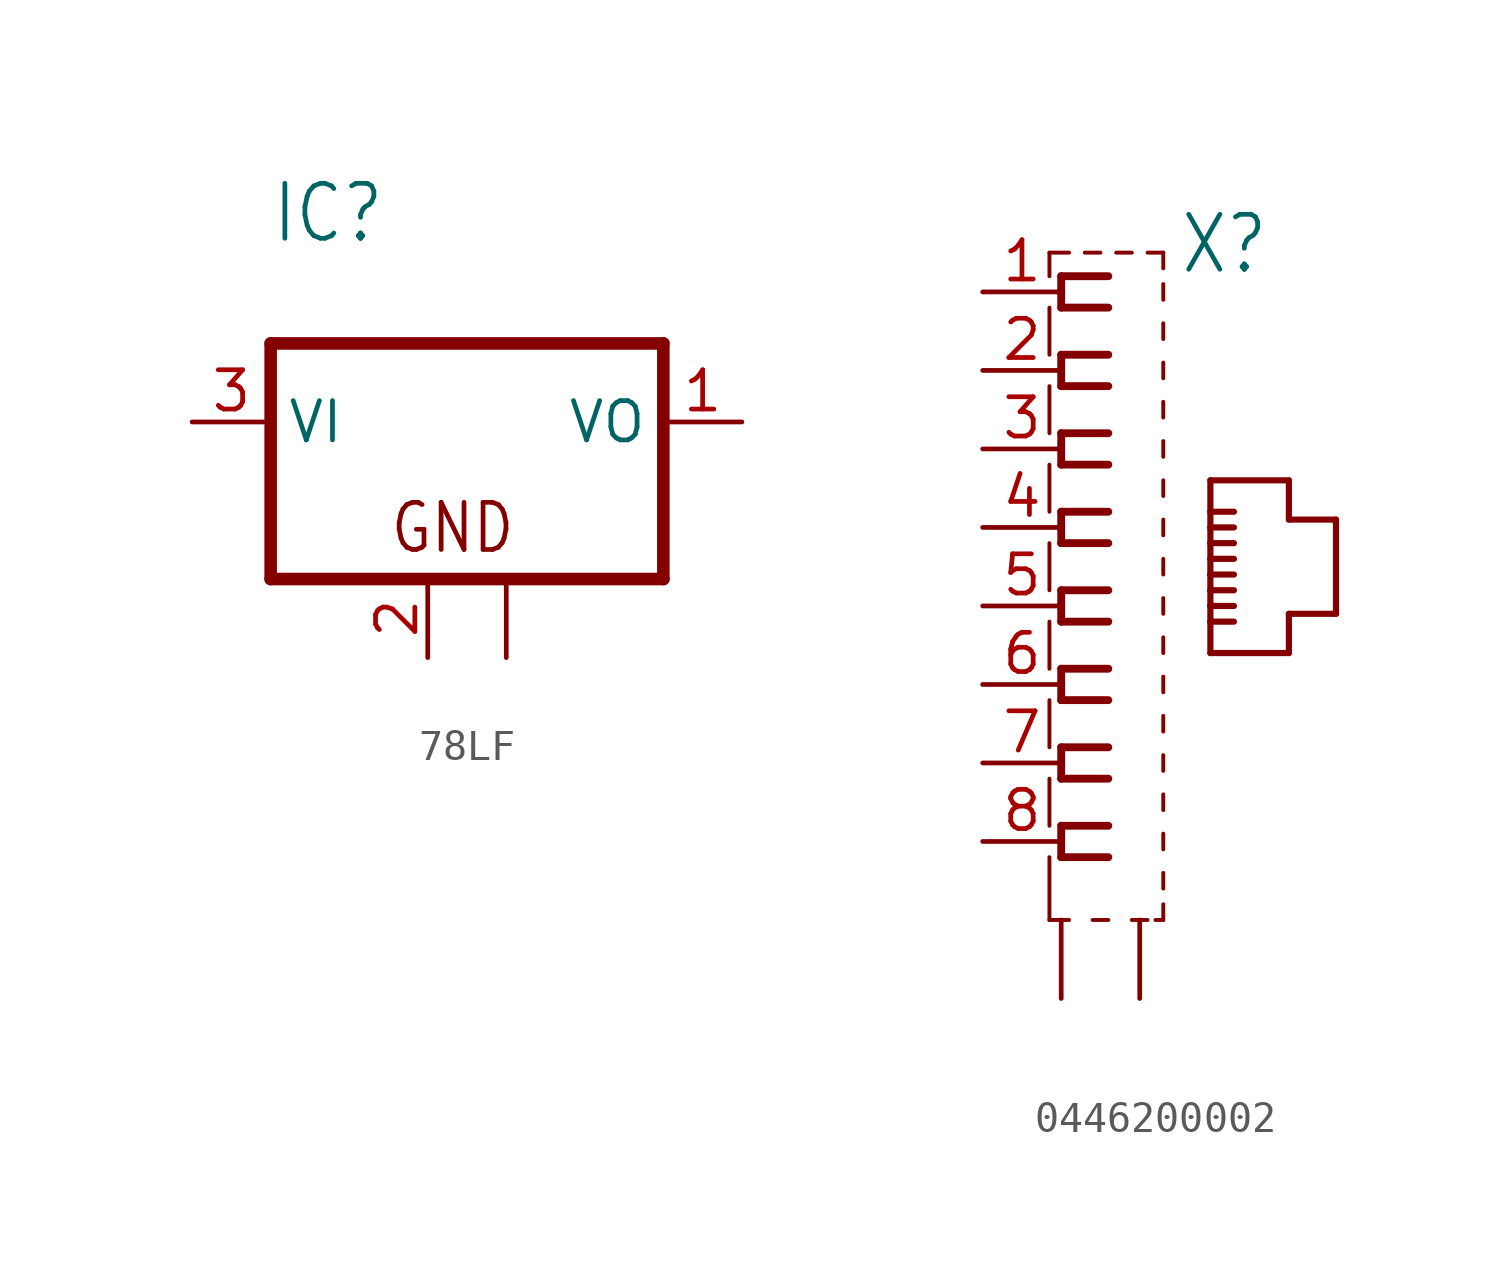
<source format=kicad_sym>
(kicad_symbol_lib
  (version 20220914)
  (generator kicad_symbol_editor)
  (symbol "78LF"
    (property "Reference" "IC"
      (at -5.08 5.715 0)
      (effects (font (size 1.778 1.511)) (justify left bottom)))
    (property "Value" ""
      (at -5.08 3.175 0)
      (effects (font (size 1.778 1.511)) (justify left bottom)))
    (property "ki_locked" ""
      (at 0 0 0)
      (effects (font (size 1.27 1.27))))
    (symbol "78LF_1_0"
      (polyline (pts (xy -5.08 -5.08) (xy 7.62 -5.08)) (stroke (width 0.406) (type solid)) (fill (type none)))
      (polyline (pts (xy -5.08 2.54) (xy -5.08 -5.08)) (stroke (width 0.406) (type solid)) (fill (type none)))
      (polyline (pts (xy 7.62 -5.08) (xy 7.62 2.54)) (stroke (width 0.406) (type solid)) (fill (type none)))
      (polyline (pts (xy 7.62 2.54) (xy -5.08 2.54)) (stroke (width 0.406) (type solid)) (fill (type none)))
      (text "GND" (at -1.27 -4.318 0) (effects (font (size 1.524 1.295)) (justify left bottom)))
      (pin passive line (at 10.16 0 180) (length 2.54) (name "VO" (effects (font (size 1.27 1.27)))) (number "1" (effects (font (size 1.27 1.27)))))
      (pin passive line (at 0 -7.62 90) (length 2.54) (name "GND" (effects (font (size 0 0)))) (number "2" (effects (font (size 1.27 1.27)))))
      (pin passive line (at 2.54 -7.62 90) (length 2.54) (name "GND@1" (effects (font (size 0 0)))) (number "2@1" (effects (font (size 0 0)))))
      (pin input line (at -7.62 0 0) (length 2.54) (name "VI" (effects (font (size 1.27 1.27)))) (number "3" (effects (font (size 1.27 1.27)))))))
  (symbol "0446200002"
    (property "Reference" "X"
      (at 3.81 10.668 0)
      (effects (font (size 1.778 1.511)) (justify left bottom)))
    (property "Value" ""
      (at 3.81 -10.922 0)
      (effects (font (size 1.778 1.511)) (justify left bottom)))
    (property "ki_locked" ""
      (at 0 0 0)
      (effects (font (size 1.27 1.27))))
    (symbol "0446200002_1_0"
      (polyline (pts (xy -0.381 -10.16) (xy 0.254 -10.16)) (stroke (width 0.127) (type solid)) (fill (type none)))
      (polyline (pts (xy -0.381 -8.128) (xy -0.381 -10.16)) (stroke (width 0.127) (type solid)) (fill (type none)))
      (polyline (pts (xy -0.381 -5.588) (xy -0.381 -7.112)) (stroke (width 0.127) (type solid)) (fill (type none)))
      (polyline (pts (xy -0.381 -3.048) (xy -0.381 -4.572)) (stroke (width 0.127) (type solid)) (fill (type none)))
      (polyline (pts (xy -0.381 -0.508) (xy -0.381 -2.032)) (stroke (width 0.127) (type solid)) (fill (type none)))
      (polyline (pts (xy -0.381 2.032) (xy -0.381 0.508)) (stroke (width 0.127) (type solid)) (fill (type none)))
      (polyline (pts (xy -0.381 4.572) (xy -0.381 3.048)) (stroke (width 0.127) (type solid)) (fill (type none)))
      (polyline (pts (xy -0.381 7.112) (xy -0.381 5.588)) (stroke (width 0.127) (type solid)) (fill (type none)))
      (polyline (pts (xy -0.381 9.652) (xy -0.381 8.128)) (stroke (width 0.127) (type solid)) (fill (type none)))
      (polyline (pts (xy -0.381 11.43) (xy -0.381 10.668)) (stroke (width 0.127) (type solid)) (fill (type none)))
      (polyline (pts (xy 0 -8.128) (xy 1.524 -8.128)) (stroke (width 0.254) (type solid)) (fill (type none)))
      (polyline (pts (xy 0 -7.112) (xy 0 -8.128)) (stroke (width 0.254) (type solid)) (fill (type none)))
      (polyline (pts (xy 0 -5.588) (xy 1.524 -5.588)) (stroke (width 0.254) (type solid)) (fill (type none)))
      (polyline (pts (xy 0 -4.572) (xy 0 -5.588)) (stroke (width 0.254) (type solid)) (fill (type none)))
      (polyline (pts (xy 0 -3.048) (xy 1.524 -3.048)) (stroke (width 0.254) (type solid)) (fill (type none)))
      (polyline (pts (xy 0 -2.032) (xy 0 -3.048)) (stroke (width 0.254) (type solid)) (fill (type none)))
      (polyline (pts (xy 0 -0.508) (xy 1.524 -0.508)) (stroke (width 0.254) (type solid)) (fill (type none)))
      (polyline (pts (xy 0 0.508) (xy 0 -0.508)) (stroke (width 0.254) (type solid)) (fill (type none)))
      (polyline (pts (xy 0 2.032) (xy 1.524 2.032)) (stroke (width 0.254) (type solid)) (fill (type none)))
      (polyline (pts (xy 0 3.048) (xy 0 2.032)) (stroke (width 0.254) (type solid)) (fill (type none)))
      (polyline (pts (xy 0 4.572) (xy 1.524 4.572)) (stroke (width 0.254) (type solid)) (fill (type none)))
      (polyline (pts (xy 0 5.588) (xy 0 4.572)) (stroke (width 0.254) (type solid)) (fill (type none)))
      (polyline (pts (xy 0 7.112) (xy 1.524 7.112)) (stroke (width 0.254) (type solid)) (fill (type none)))
      (polyline (pts (xy 0 8.128) (xy 0 7.112)) (stroke (width 0.254) (type solid)) (fill (type none)))
      (polyline (pts (xy 0 9.652) (xy 1.524 9.652)) (stroke (width 0.254) (type solid)) (fill (type none)))
      (polyline (pts (xy 0 10.668) (xy 0 9.652)) (stroke (width 0.254) (type solid)) (fill (type none)))
      (polyline (pts (xy 0.254 11.43) (xy -0.381 11.43)) (stroke (width 0.127) (type solid)) (fill (type none)))
      (polyline (pts (xy 1.016 -10.16) (xy 1.524 -10.16)) (stroke (width 0.127) (type solid)) (fill (type none)))
      (polyline (pts (xy 1.27 11.43) (xy 0.762 11.43)) (stroke (width 0.127) (type solid)) (fill (type none)))
      (polyline (pts (xy 1.524 -7.112) (xy 0 -7.112)) (stroke (width 0.254) (type solid)) (fill (type none)))
      (polyline (pts (xy 1.524 -4.572) (xy 0 -4.572)) (stroke (width 0.254) (type solid)) (fill (type none)))
      (polyline (pts (xy 1.524 -2.032) (xy 0 -2.032)) (stroke (width 0.254) (type solid)) (fill (type none)))
      (polyline (pts (xy 1.524 0.508) (xy 0 0.508)) (stroke (width 0.254) (type solid)) (fill (type none)))
      (polyline (pts (xy 1.524 3.048) (xy 0 3.048)) (stroke (width 0.254) (type solid)) (fill (type none)))
      (polyline (pts (xy 1.524 5.588) (xy 0 5.588)) (stroke (width 0.254) (type solid)) (fill (type none)))
      (polyline (pts (xy 1.524 8.128) (xy 0 8.128)) (stroke (width 0.254) (type solid)) (fill (type none)))
      (polyline (pts (xy 1.524 10.668) (xy 0 10.668)) (stroke (width 0.254) (type solid)) (fill (type none)))
      (polyline (pts (xy 2.286 -10.16) (xy 2.794 -10.16)) (stroke (width 0.127) (type solid)) (fill (type none)))
      (polyline (pts (xy 2.286 11.43) (xy 1.778 11.43)) (stroke (width 0.127) (type solid)) (fill (type none)))
      (polyline (pts (xy 3.048 -10.16) (xy 3.302 -10.16)) (stroke (width 0.127) (type solid)) (fill (type none)))
      (polyline (pts (xy 3.302 -10.16) (xy 3.302 -9.652)) (stroke (width 0.127) (type solid)) (fill (type none)))
      (polyline (pts (xy 3.302 -9.144) (xy 3.302 -8.636)) (stroke (width 0.127) (type solid)) (fill (type none)))
      (polyline (pts (xy 3.302 -7.874) (xy 3.302 -7.366)) (stroke (width 0.127) (type solid)) (fill (type none)))
      (polyline (pts (xy 3.302 -6.604) (xy 3.302 -6.096)) (stroke (width 0.127) (type solid)) (fill (type none)))
      (polyline (pts (xy 3.302 -5.334) (xy 3.302 -4.826)) (stroke (width 0.127) (type solid)) (fill (type none)))
      (polyline (pts (xy 3.302 -4.064) (xy 3.302 -3.556)) (stroke (width 0.127) (type solid)) (fill (type none)))
      (polyline (pts (xy 3.302 -2.794) (xy 3.302 -2.286)) (stroke (width 0.127) (type solid)) (fill (type none)))
      (polyline (pts (xy 3.302 -1.524) (xy 3.302 -1.016)) (stroke (width 0.127) (type solid)) (fill (type none)))
      (polyline (pts (xy 3.302 -0.254) (xy 3.302 0.254)) (stroke (width 0.127) (type solid)) (fill (type none)))
      (polyline (pts (xy 3.302 1.016) (xy 3.302 1.524)) (stroke (width 0.127) (type solid)) (fill (type none)))
      (polyline (pts (xy 3.302 2.286) (xy 3.302 2.794)) (stroke (width 0.127) (type solid)) (fill (type none)))
      (polyline (pts (xy 3.302 3.556) (xy 3.302 4.064)) (stroke (width 0.127) (type solid)) (fill (type none)))
      (polyline (pts (xy 3.302 4.826) (xy 3.302 5.334)) (stroke (width 0.127) (type solid)) (fill (type none)))
      (polyline (pts (xy 3.302 6.096) (xy 3.302 6.604)) (stroke (width 0.127) (type solid)) (fill (type none)))
      (polyline (pts (xy 3.302 7.366) (xy 3.302 7.874)) (stroke (width 0.127) (type solid)) (fill (type none)))
      (polyline (pts (xy 3.302 8.636) (xy 3.302 9.144)) (stroke (width 0.127) (type solid)) (fill (type none)))
      (polyline (pts (xy 3.302 9.906) (xy 3.302 10.414)) (stroke (width 0.127) (type solid)) (fill (type none)))
      (polyline (pts (xy 3.302 10.922) (xy 3.302 11.43)) (stroke (width 0.127) (type solid)) (fill (type none)))
      (polyline (pts (xy 3.302 11.43) (xy 2.794 11.43)) (stroke (width 0.127) (type solid)) (fill (type none)))
      (polyline (pts (xy 4.826 -1.524) (xy 7.366 -1.524)) (stroke (width 0.2) (type solid)) (fill (type none)))
      (polyline (pts (xy 4.826 -0.508) (xy 4.826 -1.524)) (stroke (width 0.2) (type solid)) (fill (type none)))
      (polyline (pts (xy 4.826 -0.508) (xy 5.588 -0.508)) (stroke (width 0.2) (type solid)) (fill (type none)))
      (polyline (pts (xy 4.826 0) (xy 4.826 -0.508)) (stroke (width 0.2) (type solid)) (fill (type none)))
      (polyline (pts (xy 4.826 0) (xy 5.588 0)) (stroke (width 0.2) (type solid)) (fill (type none)))
      (polyline (pts (xy 4.826 0.508) (xy 4.826 0)) (stroke (width 0.2) (type solid)) (fill (type none)))
      (polyline (pts (xy 4.826 0.508) (xy 5.588 0.508)) (stroke (width 0.2) (type solid)) (fill (type none)))
      (polyline (pts (xy 4.826 1.016) (xy 4.826 0.508)) (stroke (width 0.2) (type solid)) (fill (type none)))
      (polyline (pts (xy 4.826 1.016) (xy 5.588 1.016)) (stroke (width 0.2) (type solid)) (fill (type none)))
      (polyline (pts (xy 4.826 1.524) (xy 4.826 1.016)) (stroke (width 0.2) (type solid)) (fill (type none)))
      (polyline (pts (xy 4.826 1.524) (xy 5.588 1.524)) (stroke (width 0.2) (type solid)) (fill (type none)))
      (polyline (pts (xy 4.826 2.032) (xy 4.826 1.524)) (stroke (width 0.2) (type solid)) (fill (type none)))
      (polyline (pts (xy 4.826 2.032) (xy 5.588 2.032)) (stroke (width 0.2) (type solid)) (fill (type none)))
      (polyline (pts (xy 4.826 2.54) (xy 4.826 2.032)) (stroke (width 0.2) (type solid)) (fill (type none)))
      (polyline (pts (xy 4.826 2.54) (xy 5.588 2.54)) (stroke (width 0.2) (type solid)) (fill (type none)))
      (polyline (pts (xy 4.826 3.048) (xy 4.826 2.54)) (stroke (width 0.2) (type solid)) (fill (type none)))
      (polyline (pts (xy 4.826 3.048) (xy 5.588 3.048)) (stroke (width 0.2) (type solid)) (fill (type none)))
      (polyline (pts (xy 4.826 4.064) (xy 4.826 3.048)) (stroke (width 0.2) (type solid)) (fill (type none)))
      (polyline (pts (xy 7.366 -1.524) (xy 7.366 -0.254)) (stroke (width 0.2) (type solid)) (fill (type none)))
      (polyline (pts (xy 7.366 -0.254) (xy 8.89 -0.254)) (stroke (width 0.2) (type solid)) (fill (type none)))
      (polyline (pts (xy 7.366 2.794) (xy 7.366 4.064)) (stroke (width 0.2) (type solid)) (fill (type none)))
      (polyline (pts (xy 7.366 4.064) (xy 4.826 4.064)) (stroke (width 0.2) (type solid)) (fill (type none)))
      (polyline (pts (xy 8.89 -0.254) (xy 8.89 2.794)) (stroke (width 0.2) (type solid)) (fill (type none)))
      (polyline (pts (xy 8.89 2.794) (xy 7.366 2.794)) (stroke (width 0.2) (type solid)) (fill (type none)))
      (pin passive line (at -2.54 10.16 0) (length 2.54) (name "1" (effects (font (size 0 0)))) (number "1" (effects (font (size 1.27 1.27)))))
      (pin passive line (at -2.54 7.62 0) (length 2.54) (name "2" (effects (font (size 0 0)))) (number "2" (effects (font (size 1.27 1.27)))))
      (pin passive line (at -2.54 5.08 0) (length 2.54) (name "3" (effects (font (size 0 0)))) (number "3" (effects (font (size 1.27 1.27)))))
      (pin passive line (at -2.54 2.54 0) (length 2.54) (name "4" (effects (font (size 0 0)))) (number "4" (effects (font (size 1.27 1.27)))))
      (pin passive line (at -2.54 0 0) (length 2.54) (name "5" (effects (font (size 0 0)))) (number "5" (effects (font (size 1.27 1.27)))))
      (pin passive line (at -2.54 -2.54 0) (length 2.54) (name "6" (effects (font (size 0 0)))) (number "6" (effects (font (size 1.27 1.27)))))
      (pin passive line (at -2.54 -5.08 0) (length 2.54) (name "7" (effects (font (size 0 0)))) (number "7" (effects (font (size 1.27 1.27)))))
      (pin passive line (at -2.54 -7.62 0) (length 2.54) (name "8" (effects (font (size 0 0)))) (number "8" (effects (font (size 1.27 1.27)))))
      (pin passive line (at 0 -12.7 90) (length 2.54) (name "S1" (effects (font (size 0 0)))) (number "S@1" (effects (font (size 0 0)))))
      (pin passive line (at 2.54 -12.7 90) (length 2.54) (name "S2" (effects (font (size 0 0)))) (number "S@2" (effects (font (size 0 0))))))))
</source>
